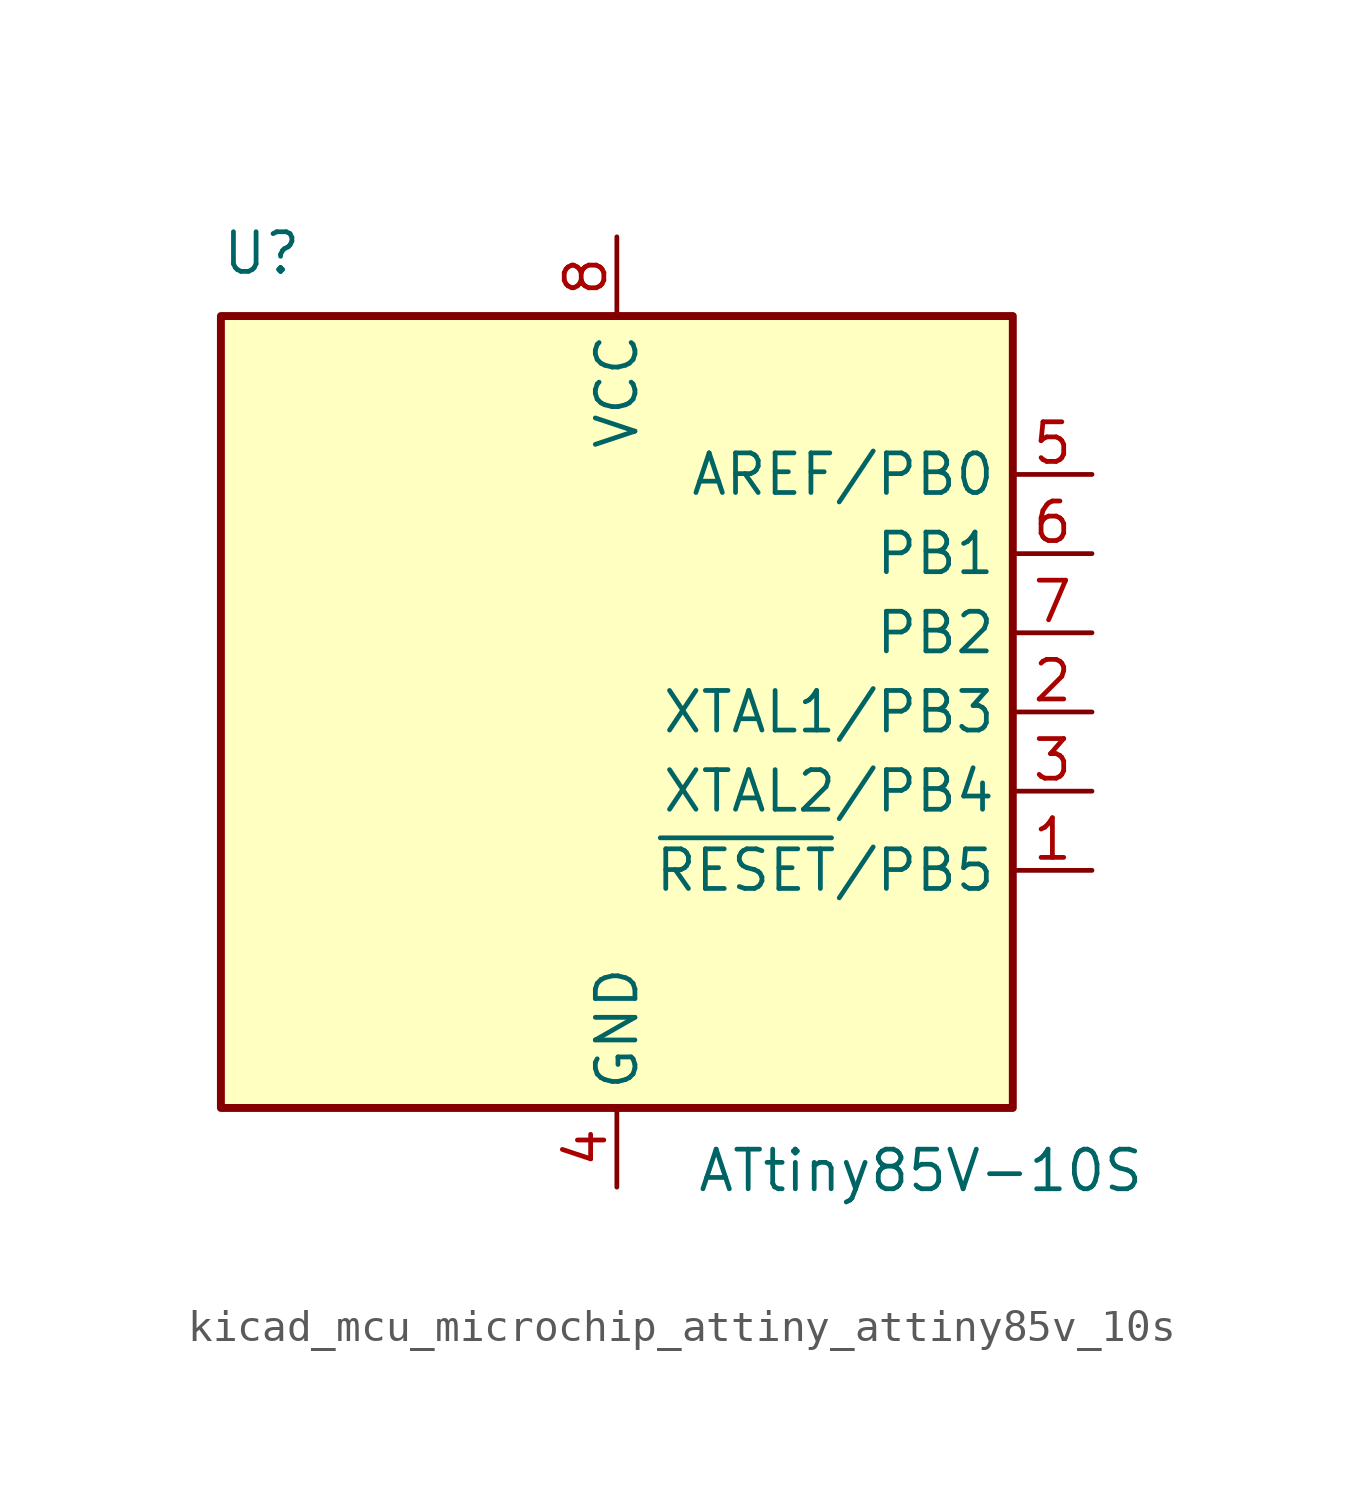
<source format=kicad_sym>
(kicad_symbol_lib
  (version 20220914)
  (generator kicad_symbol_editor)
  (symbol "kicad_mcu_microchip_attiny_attiny85v_10s"
    (property "Reference" "U"
      (at -12.7 13.97 0)
      (effects (font (size 1.27 1.27)) (justify left bottom)))
    (property "Value" "ATtiny85V-10S"
      (at 2.54 -13.97 0)
      (effects (font (size 1.27 1.27)) (justify left top)))
    (symbol "kicad_mcu_microchip_attiny_attiny85v_10s_0_1"
      (rectangle (start -12.7 -12.7) (end 12.7 12.7) (stroke (width 0.254) (type default)) (fill (type background))))
    (symbol "kicad_mcu_microchip_attiny_attiny85v_10s_1_1"
      (pin bidirectional line (at 15.24 -5.08 180) (length 2.54) (name "~{RESET}/PB5" (effects (font (size 1.27 1.27)))) (number "1" (effects (font (size 1.27 1.27)))))
      (pin bidirectional line (at 15.24 0 180) (length 2.54) (name "XTAL1/PB3" (effects (font (size 1.27 1.27)))) (number "2" (effects (font (size 1.27 1.27)))))
      (pin bidirectional line (at 15.24 -2.54 180) (length 2.54) (name "XTAL2/PB4" (effects (font (size 1.27 1.27)))) (number "3" (effects (font (size 1.27 1.27)))))
      (pin power_in line (at 0 -15.24 90) (length 2.54) (name "GND" (effects (font (size 1.27 1.27)))) (number "4" (effects (font (size 1.27 1.27)))))
      (pin bidirectional line (at 15.24 7.62 180) (length 2.54) (name "AREF/PB0" (effects (font (size 1.27 1.27)))) (number "5" (effects (font (size 1.27 1.27)))))
      (pin bidirectional line (at 15.24 5.08 180) (length 2.54) (name "PB1" (effects (font (size 1.27 1.27)))) (number "6" (effects (font (size 1.27 1.27)))))
      (pin bidirectional line (at 15.24 2.54 180) (length 2.54) (name "PB2" (effects (font (size 1.27 1.27)))) (number "7" (effects (font (size 1.27 1.27)))))
      (pin power_in line (at 0 15.24 270) (length 2.54) (name "VCC" (effects (font (size 1.27 1.27)))) (number "8" (effects (font (size 1.27 1.27))))))))
</source>
